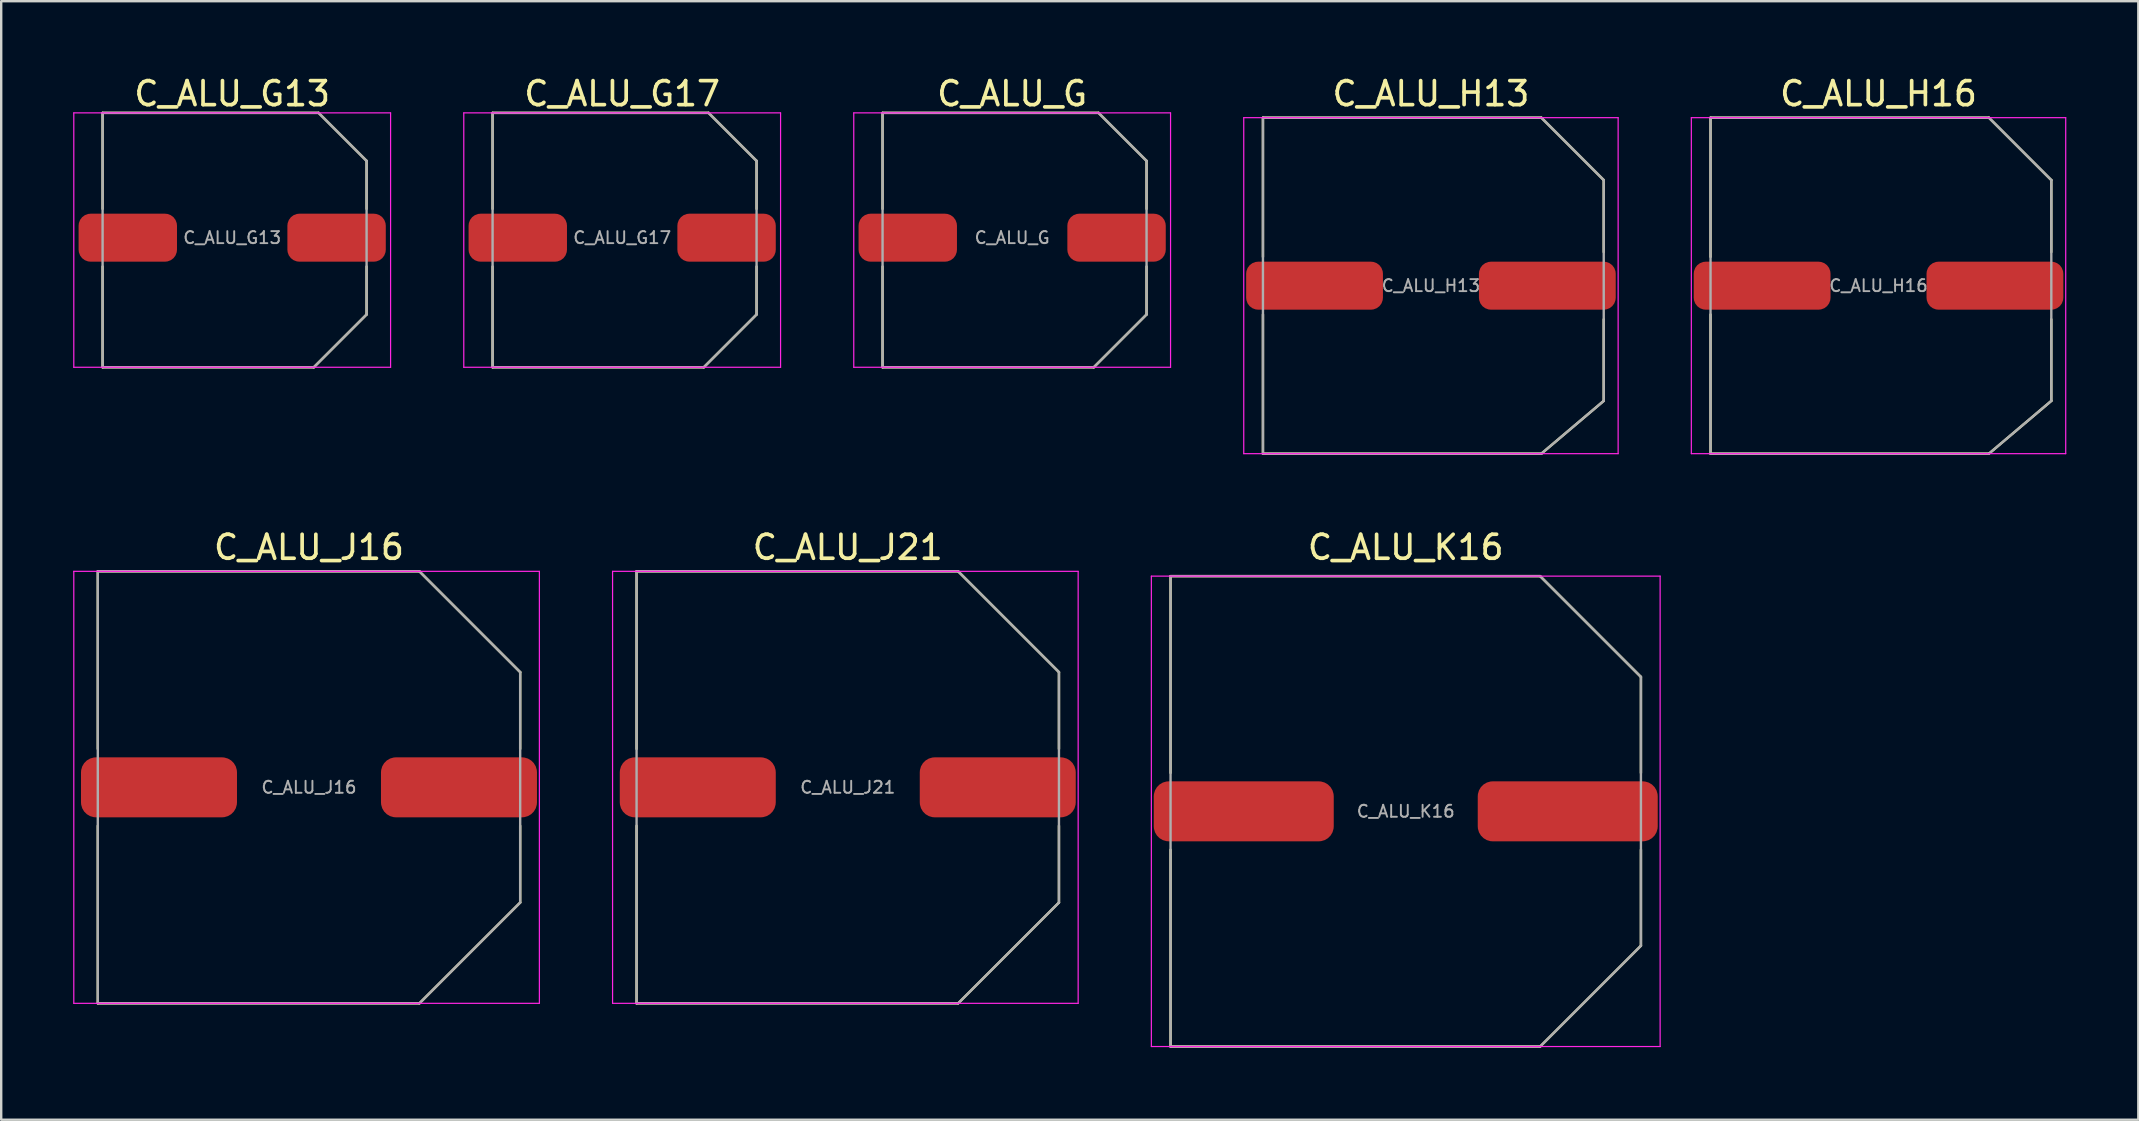
<source format=kicad_pcb>
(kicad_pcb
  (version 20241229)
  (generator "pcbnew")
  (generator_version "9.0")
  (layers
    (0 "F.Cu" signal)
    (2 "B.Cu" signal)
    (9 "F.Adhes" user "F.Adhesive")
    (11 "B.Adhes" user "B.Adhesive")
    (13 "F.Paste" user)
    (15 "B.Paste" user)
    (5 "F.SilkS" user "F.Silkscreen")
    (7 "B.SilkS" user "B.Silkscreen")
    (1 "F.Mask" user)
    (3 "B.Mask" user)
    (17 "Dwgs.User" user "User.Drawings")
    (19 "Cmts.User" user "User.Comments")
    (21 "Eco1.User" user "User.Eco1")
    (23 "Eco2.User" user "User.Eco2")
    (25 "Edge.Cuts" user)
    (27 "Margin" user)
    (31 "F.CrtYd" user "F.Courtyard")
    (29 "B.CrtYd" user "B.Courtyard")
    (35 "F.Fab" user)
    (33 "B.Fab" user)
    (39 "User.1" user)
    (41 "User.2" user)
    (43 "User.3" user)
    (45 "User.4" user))
  (footprint "C_ALU_J21"
    (layer "F.Cu")
    (at 32.275 29.757)
    (property "Reference" "C_ALU_J21" (at 0 -10 0) (layer "F.SilkS") (effects (font (size 1 1) (thickness 0.153))))
    (attr smd)
    (fp_line (start -8.8 -9) (end -8.8 -1.6) (stroke (width 0.1) (type default)) (layer "F.SilkS"))
    (fp_line (start -8.8 -9) (end 4.6 -9) (stroke (width 0.1) (type default)) (layer "F.SilkS"))
    (fp_line (start -8.8 1.6) (end -8.8 9) (stroke (width 0.1) (type default)) (layer "F.SilkS"))
    (fp_line (start -8.8 9) (end 4.6 9) (stroke (width 0.1) (type default)) (layer "F.SilkS"))
    (fp_line (start 4.6 9) (end 8.8 4.8) (stroke (width 0.1) (type default)) (layer "F.SilkS"))
    (fp_line (start 8.8 -4.8) (end 4.6 -9) (stroke (width 0.1) (type default)) (layer "F.SilkS"))
    (fp_line (start 8.8 -4.8) (end 8.8 -1.6) (stroke (width 0.1) (type default)) (layer "F.SilkS"))
    (fp_line (start 8.8 1.6) (end 8.8 4.8) (stroke (width 0.1) (type default)) (layer "F.SilkS"))
    (fp_line (start -9.8 -9) (end 9.6 -9) (stroke (width 0.05) (type default)) (layer "F.CrtYd"))
    (fp_line (start -9.8 9) (end -9.8 -9) (stroke (width 0.05) (type default)) (layer "F.CrtYd"))
    (fp_line (start 9.6 -9) (end 9.6 9) (stroke (width 0.05) (type default)) (layer "F.CrtYd"))
    (fp_line (start 9.6 9) (end -9.8 9) (stroke (width 0.05) (type default)) (layer "F.CrtYd"))
    (fp_line (start -8.8 -9) (end -8.8 9) (stroke (width 0.1) (type default)) (layer "F.Fab"))
    (fp_line (start 4.6 -9) (end -8.8 -9) (stroke (width 0.1) (type default)) (layer "F.Fab"))
    (fp_line (start 4.6 9) (end -8.8 9) (stroke (width 0.1) (type default)) (layer "F.Fab"))
    (fp_line (start 4.6 9) (end 8.8 4.8) (stroke (width 0.1) (type default)) (layer "F.Fab"))
    (fp_line (start 8.8 -4.8) (end 4.6 -9) (stroke (width 0.1) (type default)) (layer "F.Fab"))
    (fp_line (start 8.8 4.8) (end 8.8 -4.8) (stroke (width 0.1) (type default)) (layer "F.Fab"))
    (fp_text user "${REFERENCE}" (at 0 0 0) (layer "F.Fab") (effects (font (size 0.5 0.5) (thickness 0.08))))
    (pad "N" smd roundrect (at -6.25 0) (size 6.5 2.5) (layers "F.Cu" "F.Mask" "F.Paste") (roundrect_rratio 0.25))
    (pad "P" smd roundrect (at 6.25 0) (size 6.5 2.5) (layers "F.Cu" "F.Mask" "F.Paste") (roundrect_rratio 0.25)))
  (footprint "C_ALU_G13"
    (layer "F.Cu")
    (at 6.625 6.854)
    (property "Reference" "C_ALU_G13" (at 0 -6 0) (layer "F.SilkS") (effects (font (size 1 1) (thickness 0.153))))
    (attr smd)
    (fp_line (start -5.4 -5.2) (end -5.4 -1.2) (stroke (width 0.1) (type default)) (layer "F.SilkS"))
    (fp_line (start -5.4 -5.2) (end 3.6 -5.2) (stroke (width 0.1) (type default)) (layer "F.SilkS"))
    (fp_line (start -5.4 1.2) (end -5.4 5.4) (stroke (width 0.1) (type default)) (layer "F.SilkS"))
    (fp_line (start -5.4 5.4) (end 3.4 5.4) (stroke (width 0.1) (type default)) (layer "F.SilkS"))
    (fp_line (start 3.4 5.4) (end 5.6 3.2) (stroke (width 0.1) (type default)) (layer "F.SilkS"))
    (fp_line (start 5.6 -3.2) (end 3.6 -5.2) (stroke (width 0.1) (type default)) (layer "F.SilkS"))
    (fp_line (start 5.6 -3.2) (end 5.6 -1.2) (stroke (width 0.1) (type default)) (layer "F.SilkS"))
    (fp_line (start 5.6 1.2) (end 5.6 3.2) (stroke (width 0.1) (type default)) (layer "F.SilkS"))
    (fp_line (start -6.6 -5.2) (end 6.6 -5.2) (stroke (width 0.05) (type default)) (layer "F.CrtYd"))
    (fp_line (start -6.6 5.4) (end -6.6 -5.2) (stroke (width 0.05) (type default)) (layer "F.CrtYd"))
    (fp_line (start 6.6 -5.2) (end 6.6 5.4) (stroke (width 0.05) (type default)) (layer "F.CrtYd"))
    (fp_line (start 6.6 5.4) (end -6.6 5.4) (stroke (width 0.05) (type default)) (layer "F.CrtYd"))
    (fp_line (start -5.4 -5.2) (end -5.4 5.4) (stroke (width 0.1) (type default)) (layer "F.Fab"))
    (fp_line (start 3.4 5.4) (end -5.4 5.4) (stroke (width 0.1) (type default)) (layer "F.Fab"))
    (fp_line (start 3.4 5.4) (end 5.6 3.2) (stroke (width 0.1) (type default)) (layer "F.Fab"))
    (fp_line (start 3.6 -5.2) (end -5.4 -5.2) (stroke (width 0.1) (type default)) (layer "F.Fab"))
    (fp_line (start 5.6 -3.2) (end 3.6 -5.2) (stroke (width 0.1) (type default)) (layer "F.Fab"))
    (fp_line (start 5.6 3.2) (end 5.6 -3.2) (stroke (width 0.1) (type default)) (layer "F.Fab"))
    (fp_text user "${REFERENCE}" (at 0 0 0) (layer "F.Fab") (effects (font (size 0.5 0.5) (thickness 0.08))))
    (pad "N" smd roundrect (at -4.35 0) (size 4.1 2) (layers "F.Cu" "F.Mask" "F.Paste") (roundrect_rratio 0.25))
    (pad "P" smd roundrect (at 4.35 0) (size 4.1 2) (layers "F.Cu" "F.Mask" "F.Paste") (roundrect_rratio 0.25)))
  (footprint "C_ALU_G17"
    (layer "F.Cu")
    (at 22.875 6.854)
    (property "Reference" "C_ALU_G17" (at 0 -6 0) (layer "F.SilkS") (effects (font (size 1 1) (thickness 0.153))))
    (attr smd)
    (fp_line (start -5.4 -5.2) (end -5.4 -1.2) (stroke (width 0.1) (type default)) (layer "F.SilkS"))
    (fp_line (start -5.4 -5.2) (end 3.6 -5.2) (stroke (width 0.1) (type default)) (layer "F.SilkS"))
    (fp_line (start -5.4 1.2) (end -5.4 5.4) (stroke (width 0.1) (type default)) (layer "F.SilkS"))
    (fp_line (start -5.4 5.4) (end 3.4 5.4) (stroke (width 0.1) (type default)) (layer "F.SilkS"))
    (fp_line (start 3.4 5.4) (end 5.6 3.2) (stroke (width 0.1) (type default)) (layer "F.SilkS"))
    (fp_line (start 5.6 -3.2) (end 3.6 -5.2) (stroke (width 0.1) (type default)) (layer "F.SilkS"))
    (fp_line (start 5.6 -3.2) (end 5.6 -1.2) (stroke (width 0.1) (type default)) (layer "F.SilkS"))
    (fp_line (start 5.6 1.2) (end 5.6 3.2) (stroke (width 0.1) (type default)) (layer "F.SilkS"))
    (fp_line (start -6.6 -5.2) (end 6.6 -5.2) (stroke (width 0.05) (type default)) (layer "F.CrtYd"))
    (fp_line (start -6.6 5.4) (end -6.6 -5.2) (stroke (width 0.05) (type default)) (layer "F.CrtYd"))
    (fp_line (start 6.6 -5.2) (end 6.6 5.4) (stroke (width 0.05) (type default)) (layer "F.CrtYd"))
    (fp_line (start 6.6 5.4) (end -6.6 5.4) (stroke (width 0.05) (type default)) (layer "F.CrtYd"))
    (fp_line (start -5.4 -5.2) (end -5.4 5.4) (stroke (width 0.1) (type default)) (layer "F.Fab"))
    (fp_line (start 3.4 5.4) (end -5.4 5.4) (stroke (width 0.1) (type default)) (layer "F.Fab"))
    (fp_line (start 3.4 5.4) (end 5.6 3.2) (stroke (width 0.1) (type default)) (layer "F.Fab"))
    (fp_line (start 3.6 -5.2) (end -5.4 -5.2) (stroke (width 0.1) (type default)) (layer "F.Fab"))
    (fp_line (start 5.6 -3.2) (end 3.6 -5.2) (stroke (width 0.1) (type default)) (layer "F.Fab"))
    (fp_line (start 5.6 3.2) (end 5.6 -3.2) (stroke (width 0.1) (type default)) (layer "F.Fab"))
    (fp_text user "${REFERENCE}" (at 0 0 0) (layer "F.Fab") (effects (font (size 0.5 0.5) (thickness 0.08))))
    (pad "N" smd roundrect (at -4.35 0) (size 4.1 2) (layers "F.Cu" "F.Mask" "F.Paste") (roundrect_rratio 0.25))
    (pad "P" smd roundrect (at 4.35 0) (size 4.1 2) (layers "F.Cu" "F.Mask" "F.Paste") (roundrect_rratio 0.25)))
  (footprint "C_ALU_H16"
    (layer "F.Cu")
    (at 75.225 8.854)
    (property "Reference" "C_ALU_H16" (at 0 -8 0) (layer "F.SilkS") (effects (font (size 1 1) (thickness 0.153))))
    (attr smd)
    (fp_line (start -7 -7) (end -7 -1.2) (stroke (width 0.1) (type default)) (layer "F.SilkS"))
    (fp_line (start -7 -7) (end 4.6 -7) (stroke (width 0.1) (type default)) (layer "F.SilkS"))
    (fp_line (start -7 1.2) (end -7 7) (stroke (width 0.1) (type default)) (layer "F.SilkS"))
    (fp_line (start -7 7) (end 4.6 7) (stroke (width 0.1) (type default)) (layer "F.SilkS"))
    (fp_line (start 4.6 7) (end 7.2 4.8) (stroke (width 0.1) (type default)) (layer "F.SilkS"))
    (fp_line (start 7.2 -4.4) (end 4.6 -7) (stroke (width 0.1) (type default)) (layer "F.SilkS"))
    (fp_line (start 7.2 -4.4) (end 7.2 -1.4) (stroke (width 0.1) (type default)) (layer "F.SilkS"))
    (fp_line (start 7.2 1.4) (end 7.2 4.8) (stroke (width 0.1) (type default)) (layer "F.SilkS"))
    (fp_line (start -7.8 -7) (end 7.8 -7) (stroke (width 0.05) (type default)) (layer "F.CrtYd"))
    (fp_line (start -7.8 7) (end -7.8 -7) (stroke (width 0.05) (type default)) (layer "F.CrtYd"))
    (fp_line (start 7.8 -7) (end 7.8 7) (stroke (width 0.05) (type default)) (layer "F.CrtYd"))
    (fp_line (start 7.8 7) (end -7.8 7) (stroke (width 0.05) (type default)) (layer "F.CrtYd"))
    (fp_line (start -7 -7) (end -7 7) (stroke (width 0.1) (type default)) (layer "F.Fab"))
    (fp_line (start 4.6 -7) (end -7 -7) (stroke (width 0.1) (type default)) (layer "F.Fab"))
    (fp_line (start 4.6 7) (end -7 7) (stroke (width 0.1) (type default)) (layer "F.Fab"))
    (fp_line (start 4.6 7) (end 7.2 4.8) (stroke (width 0.1) (type default)) (layer "F.Fab"))
    (fp_line (start 7.2 -4.4) (end 4.6 -7) (stroke (width 0.1) (type default)) (layer "F.Fab"))
    (fp_line (start 7.2 4.8) (end 7.2 -4.4) (stroke (width 0.1) (type default)) (layer "F.Fab"))
    (fp_text user "${REFERENCE}" (at 0 0 0) (layer "F.Fab") (effects (font (size 0.5 0.5) (thickness 0.08))))
    (pad "N" smd roundrect (at -4.85 0) (size 5.7 2) (layers "F.Cu" "F.Mask" "F.Paste") (roundrect_rratio 0.25))
    (pad "P" smd roundrect (at 4.85 0) (size 5.7 2) (layers "F.Cu" "F.Mask" "F.Paste") (roundrect_rratio 0.25)))
  (footprint "C_ALU_K16"
    (layer "F.Cu")
    (at 55.525 30.757)
    (property "Reference" "C_ALU_K16" (at 0 -11 0) (layer "F.SilkS") (effects (font (size 1 1) (thickness 0.153))))
    (attr smd)
    (fp_line (start -9.8 -9.8) (end -9.8 -1.6) (stroke (width 0.1) (type default)) (layer "F.SilkS"))
    (fp_line (start -9.8 -9.8) (end 5.6 -9.8) (stroke (width 0.1) (type default)) (layer "F.SilkS"))
    (fp_line (start -9.8 1.6) (end -9.8 9.8) (stroke (width 0.1) (type default)) (layer "F.SilkS"))
    (fp_line (start -9.8 9.8) (end 5.6 9.8) (stroke (width 0.1) (type default)) (layer "F.SilkS"))
    (fp_line (start 5.6 9.8) (end 9.8 5.6) (stroke (width 0.1) (type default)) (layer "F.SilkS"))
    (fp_line (start 9.8 -5.6) (end 5.6 -9.8) (stroke (width 0.1) (type default)) (layer "F.SilkS"))
    (fp_line (start 9.8 -5.6) (end 9.8 -1.6) (stroke (width 0.1) (type default)) (layer "F.SilkS"))
    (fp_line (start 9.8 1.6) (end 9.8 5.6) (stroke (width 0.1) (type default)) (layer "F.SilkS"))
    (fp_line (start -10.6 -9.8) (end 10.6 -9.8) (stroke (width 0.05) (type default)) (layer "F.CrtYd"))
    (fp_line (start -10.6 9.8) (end -10.6 -9.8) (stroke (width 0.05) (type default)) (layer "F.CrtYd"))
    (fp_line (start 10.6 -9.8) (end 10.6 9.8) (stroke (width 0.05) (type default)) (layer "F.CrtYd"))
    (fp_line (start 10.6 9.8) (end -10.6 9.8) (stroke (width 0.05) (type default)) (layer "F.CrtYd"))
    (fp_line (start -9.8 -9.8) (end -9.8 9.8) (stroke (width 0.1) (type default)) (layer "F.Fab"))
    (fp_line (start 5.6 -9.8) (end -9.8 -9.8) (stroke (width 0.1) (type default)) (layer "F.Fab"))
    (fp_line (start 5.6 9.8) (end -9.8 9.8) (stroke (width 0.1) (type default)) (layer "F.Fab"))
    (fp_line (start 5.6 9.8) (end 9.8 5.6) (stroke (width 0.1) (type default)) (layer "F.Fab"))
    (fp_line (start 9.8 -5.6) (end 5.6 -9.8) (stroke (width 0.1) (type default)) (layer "F.Fab"))
    (fp_line (start 9.8 5.6) (end 9.8 -5.6) (stroke (width 0.1) (type default)) (layer "F.Fab"))
    (fp_text user "${REFERENCE}" (at 0 0 0) (layer "F.Fab") (effects (font (size 0.5 0.5) (thickness 0.08))))
    (pad "N" smd roundrect (at -6.75 0) (size 7.5 2.5) (layers "F.Cu" "F.Mask" "F.Paste") (roundrect_rratio 0.25))
    (pad "P" smd roundrect (at 6.75 0) (size 7.5 2.5) (layers "F.Cu" "F.Mask" "F.Paste") (roundrect_rratio 0.25)))
  (footprint "C_ALU_J16"
    (layer "F.Cu")
    (at 9.825 29.757)
    (property "Reference" "C_ALU_J16" (at 0 -10 0) (layer "F.SilkS") (effects (font (size 1 1) (thickness 0.153))))
    (attr smd)
    (fp_line (start -8.8 -9) (end -8.8 -1.6) (stroke (width 0.1) (type default)) (layer "F.SilkS"))
    (fp_line (start -8.8 -9) (end 4.6 -9) (stroke (width 0.1) (type default)) (layer "F.SilkS"))
    (fp_line (start -8.8 1.6) (end -8.8 9) (stroke (width 0.1) (type default)) (layer "F.SilkS"))
    (fp_line (start -8.8 9) (end 4.6 9) (stroke (width 0.1) (type default)) (layer "F.SilkS"))
    (fp_line (start 4.6 9) (end 8.8 4.8) (stroke (width 0.1) (type default)) (layer "F.SilkS"))
    (fp_line (start 8.8 -4.8) (end 4.6 -9) (stroke (width 0.1) (type default)) (layer "F.SilkS"))
    (fp_line (start 8.8 -4.8) (end 8.8 -1.6) (stroke (width 0.1) (type default)) (layer "F.SilkS"))
    (fp_line (start 8.8 1.6) (end 8.8 4.8) (stroke (width 0.1) (type default)) (layer "F.SilkS"))
    (fp_line (start -9.8 -9) (end 9.6 -9) (stroke (width 0.05) (type default)) (layer "F.CrtYd"))
    (fp_line (start -9.8 9) (end -9.8 -9) (stroke (width 0.05) (type default)) (layer "F.CrtYd"))
    (fp_line (start 9.6 -9) (end 9.6 9) (stroke (width 0.05) (type default)) (layer "F.CrtYd"))
    (fp_line (start 9.6 9) (end -9.8 9) (stroke (width 0.05) (type default)) (layer "F.CrtYd"))
    (fp_line (start -8.8 -9) (end -8.8 9) (stroke (width 0.1) (type default)) (layer "F.Fab"))
    (fp_line (start 4.6 -9) (end -8.8 -9) (stroke (width 0.1) (type default)) (layer "F.Fab"))
    (fp_line (start 4.6 9) (end -8.8 9) (stroke (width 0.1) (type default)) (layer "F.Fab"))
    (fp_line (start 4.6 9) (end 8.8 4.8) (stroke (width 0.1) (type default)) (layer "F.Fab"))
    (fp_line (start 8.8 -4.8) (end 4.6 -9) (stroke (width 0.1) (type default)) (layer "F.Fab"))
    (fp_line (start 8.8 4.8) (end 8.8 -4.8) (stroke (width 0.1) (type default)) (layer "F.Fab"))
    (fp_text user "${REFERENCE}" (at 0 0 0) (layer "F.Fab") (effects (font (size 0.5 0.5) (thickness 0.08))))
    (pad "N" smd roundrect (at -6.25 0) (size 6.5 2.5) (layers "F.Cu" "F.Mask" "F.Paste") (roundrect_rratio 0.25))
    (pad "P" smd roundrect (at 6.25 0) (size 6.5 2.5) (layers "F.Cu" "F.Mask" "F.Paste") (roundrect_rratio 0.25)))
  (footprint "C_ALU_G"
    (layer "F.Cu")
    (at 39.125 6.854)
    (property "Reference" "C_ALU_G" (at 0 -6 0) (layer "F.SilkS") (effects (font (size 1 1) (thickness 0.153))))
    (attr smd)
    (fp_line (start -5.4 -5.2) (end -5.4 -1.2) (stroke (width 0.1) (type default)) (layer "F.SilkS"))
    (fp_line (start -5.4 -5.2) (end 3.6 -5.2) (stroke (width 0.1) (type default)) (layer "F.SilkS"))
    (fp_line (start -5.4 1.2) (end -5.4 5.4) (stroke (width 0.1) (type default)) (layer "F.SilkS"))
    (fp_line (start -5.4 5.4) (end 3.4 5.4) (stroke (width 0.1) (type default)) (layer "F.SilkS"))
    (fp_line (start 3.4 5.4) (end 5.6 3.2) (stroke (width 0.1) (type default)) (layer "F.SilkS"))
    (fp_line (start 5.6 -3.2) (end 3.6 -5.2) (stroke (width 0.1) (type default)) (layer "F.SilkS"))
    (fp_line (start 5.6 -3.2) (end 5.6 -1.2) (stroke (width 0.1) (type default)) (layer "F.SilkS"))
    (fp_line (start 5.6 1.2) (end 5.6 3.2) (stroke (width 0.1) (type default)) (layer "F.SilkS"))
    (fp_line (start -6.6 -5.2) (end 6.6 -5.2) (stroke (width 0.05) (type default)) (layer "F.CrtYd"))
    (fp_line (start -6.6 5.4) (end -6.6 -5.2) (stroke (width 0.05) (type default)) (layer "F.CrtYd"))
    (fp_line (start 6.6 -5.2) (end 6.6 5.4) (stroke (width 0.05) (type default)) (layer "F.CrtYd"))
    (fp_line (start 6.6 5.4) (end -6.6 5.4) (stroke (width 0.05) (type default)) (layer "F.CrtYd"))
    (fp_line (start -5.4 -5.2) (end -5.4 5.4) (stroke (width 0.1) (type default)) (layer "F.Fab"))
    (fp_line (start 3.4 5.4) (end -5.4 5.4) (stroke (width 0.1) (type default)) (layer "F.Fab"))
    (fp_line (start 3.4 5.4) (end 5.6 3.2) (stroke (width 0.1) (type default)) (layer "F.Fab"))
    (fp_line (start 3.6 -5.2) (end -5.4 -5.2) (stroke (width 0.1) (type default)) (layer "F.Fab"))
    (fp_line (start 5.6 -3.2) (end 3.6 -5.2) (stroke (width 0.1) (type default)) (layer "F.Fab"))
    (fp_line (start 5.6 3.2) (end 5.6 -3.2) (stroke (width 0.1) (type default)) (layer "F.Fab"))
    (fp_text user "${REFERENCE}" (at 0 0 0) (layer "F.Fab") (effects (font (size 0.5 0.5) (thickness 0.08))))
    (pad "N" smd roundrect (at -4.35 0) (size 4.1 2) (layers "F.Cu" "F.Mask" "F.Paste") (roundrect_rratio 0.25))
    (pad "P" smd roundrect (at 4.35 0) (size 4.1 2) (layers "F.Cu" "F.Mask" "F.Paste") (roundrect_rratio 0.25)))
  (footprint "C_ALU_H13"
    (layer "F.Cu")
    (at 56.575 8.854)
    (property "Reference" "C_ALU_H13" (at 0 -8 0) (layer "F.SilkS") (effects (font (size 1 1) (thickness 0.153))))
    (attr smd)
    (fp_line (start -7 -7) (end -7 -1.2) (stroke (width 0.1) (type default)) (layer "F.SilkS"))
    (fp_line (start -7 -7) (end 4.6 -7) (stroke (width 0.1) (type default)) (layer "F.SilkS"))
    (fp_line (start -7 1.2) (end -7 7) (stroke (width 0.1) (type default)) (layer "F.SilkS"))
    (fp_line (start -7 7) (end 4.6 7) (stroke (width 0.1) (type default)) (layer "F.SilkS"))
    (fp_line (start 4.6 7) (end 7.2 4.8) (stroke (width 0.1) (type default)) (layer "F.SilkS"))
    (fp_line (start 7.2 -4.4) (end 4.6 -7) (stroke (width 0.1) (type default)) (layer "F.SilkS"))
    (fp_line (start 7.2 -4.4) (end 7.2 -1.4) (stroke (width 0.1) (type default)) (layer "F.SilkS"))
    (fp_line (start 7.2 1.4) (end 7.2 4.8) (stroke (width 0.1) (type default)) (layer "F.SilkS"))
    (fp_line (start -7.8 -7) (end 7.8 -7) (stroke (width 0.05) (type default)) (layer "F.CrtYd"))
    (fp_line (start -7.8 7) (end -7.8 -7) (stroke (width 0.05) (type default)) (layer "F.CrtYd"))
    (fp_line (start 7.8 -7) (end 7.8 7) (stroke (width 0.05) (type default)) (layer "F.CrtYd"))
    (fp_line (start 7.8 7) (end -7.8 7) (stroke (width 0.05) (type default)) (layer "F.CrtYd"))
    (fp_line (start -7 -7) (end -7 7) (stroke (width 0.1) (type default)) (layer "F.Fab"))
    (fp_line (start 4.6 -7) (end -7 -7) (stroke (width 0.1) (type default)) (layer "F.Fab"))
    (fp_line (start 4.6 7) (end -7 7) (stroke (width 0.1) (type default)) (layer "F.Fab"))
    (fp_line (start 4.6 7) (end 7.2 4.8) (stroke (width 0.1) (type default)) (layer "F.Fab"))
    (fp_line (start 7.2 -4.4) (end 4.6 -7) (stroke (width 0.1) (type default)) (layer "F.Fab"))
    (fp_line (start 7.2 4.8) (end 7.2 -4.4) (stroke (width 0.1) (type default)) (layer "F.Fab"))
    (fp_text user "${REFERENCE}" (at 0 0 0) (layer "F.Fab") (effects (font (size 0.5 0.5) (thickness 0.08))))
    (pad "N" smd roundrect (at -4.85 0) (size 5.7 2) (layers "F.Cu" "F.Mask" "F.Paste") (roundrect_rratio 0.25))
    (pad "P" smd roundrect (at 4.85 0) (size 5.7 2) (layers "F.Cu" "F.Mask" "F.Paste") (roundrect_rratio 0.25)))
  (gr_rect
    (start -3 -3)
    (end 86.05 43.607)
    (stroke (width 0.1) (type default))
    (fill no)
    (layer "Edge.Cuts")))
</source>
